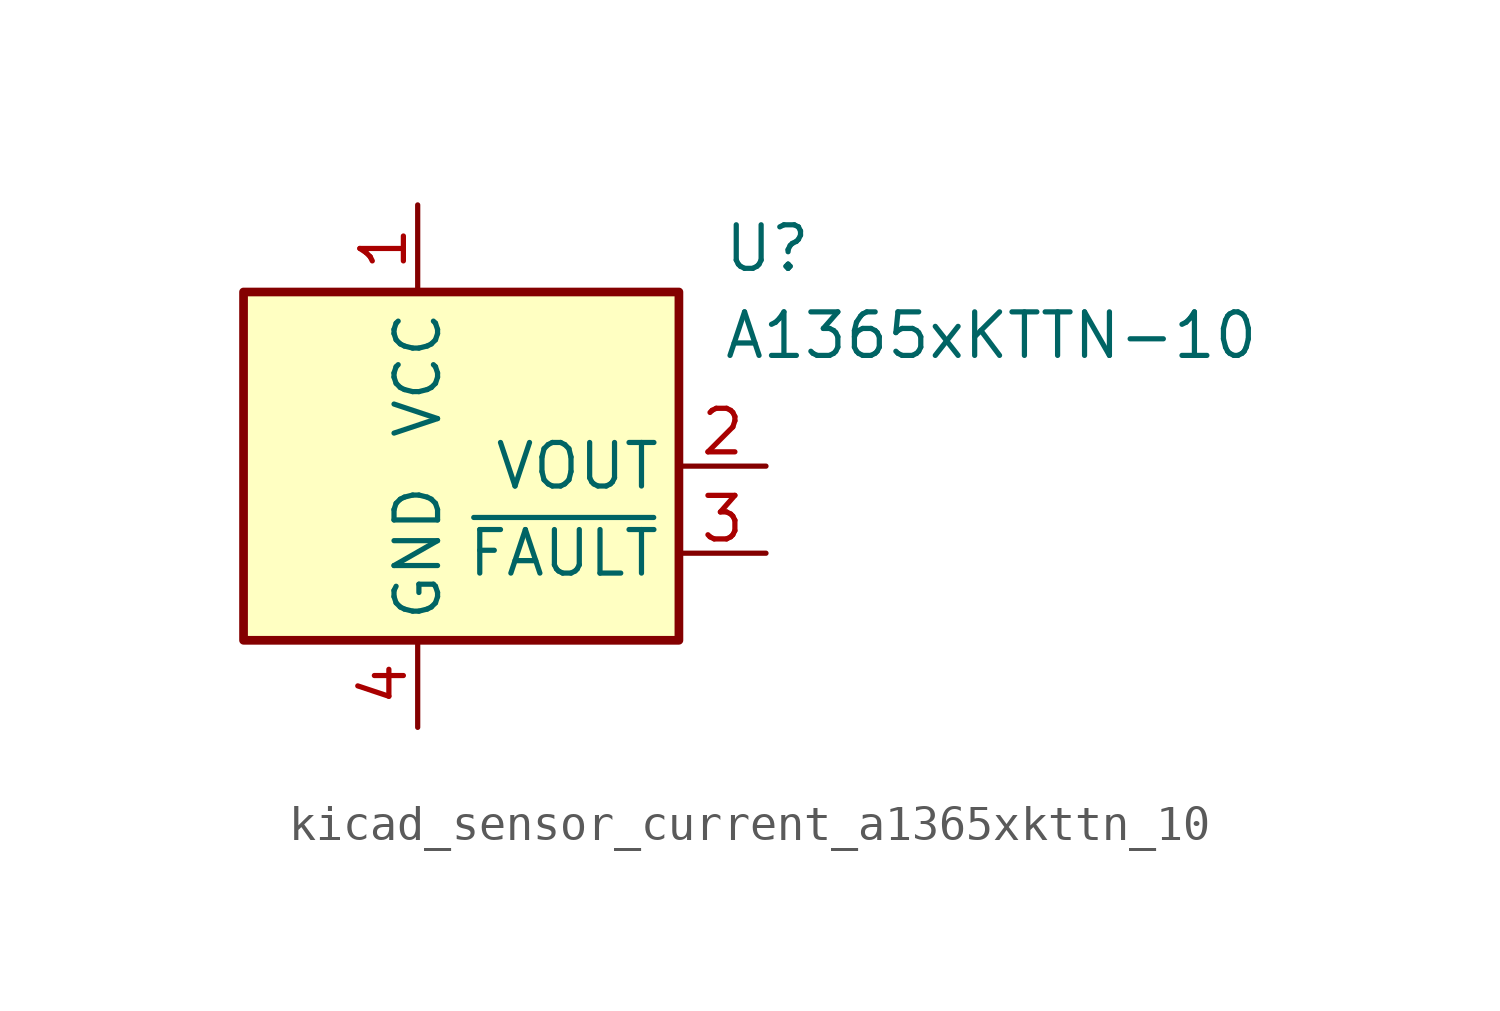
<source format=kicad_sym>
(kicad_symbol_lib
  (version 20220914)
  (generator kicad_symbol_editor)
  (symbol "kicad_sensor_current_a1365xkttn_10"
    (property "Reference" "U"
      (at 8.89 6.35 0)
      (effects (font (size 1.27 1.27)) (justify left)))
    (property "Value" "A1365xKTTN-10"
      (at 8.89 3.81 0)
      (effects (font (size 1.27 1.27)) (justify left)))
    (symbol "kicad_sensor_current_a1365xkttn_10_0_1"
      (rectangle (start -5.08 5.08) (end 7.62 -5.08) (stroke (width 0.254) (type default)) (fill (type background))))
    (symbol "kicad_sensor_current_a1365xkttn_10_1_1"
      (pin power_in line (at 0 7.62 270) (length 2.54) (name "VCC" (effects (font (size 1.27 1.27)))) (number "1" (effects (font (size 1.27 1.27)))))
      (pin output line (at 10.16 0 180) (length 2.54) (name "VOUT" (effects (font (size 1.27 1.27)))) (number "2" (effects (font (size 1.27 1.27)))))
      (pin output line (at 10.16 -2.54 180) (length 2.54) (name "~{FAULT}" (effects (font (size 1.27 1.27)))) (number "3" (effects (font (size 1.27 1.27)))))
      (pin power_in line (at 0 -7.62 90) (length 2.54) (name "GND" (effects (font (size 1.27 1.27)))) (number "4" (effects (font (size 1.27 1.27))))))))
</source>
